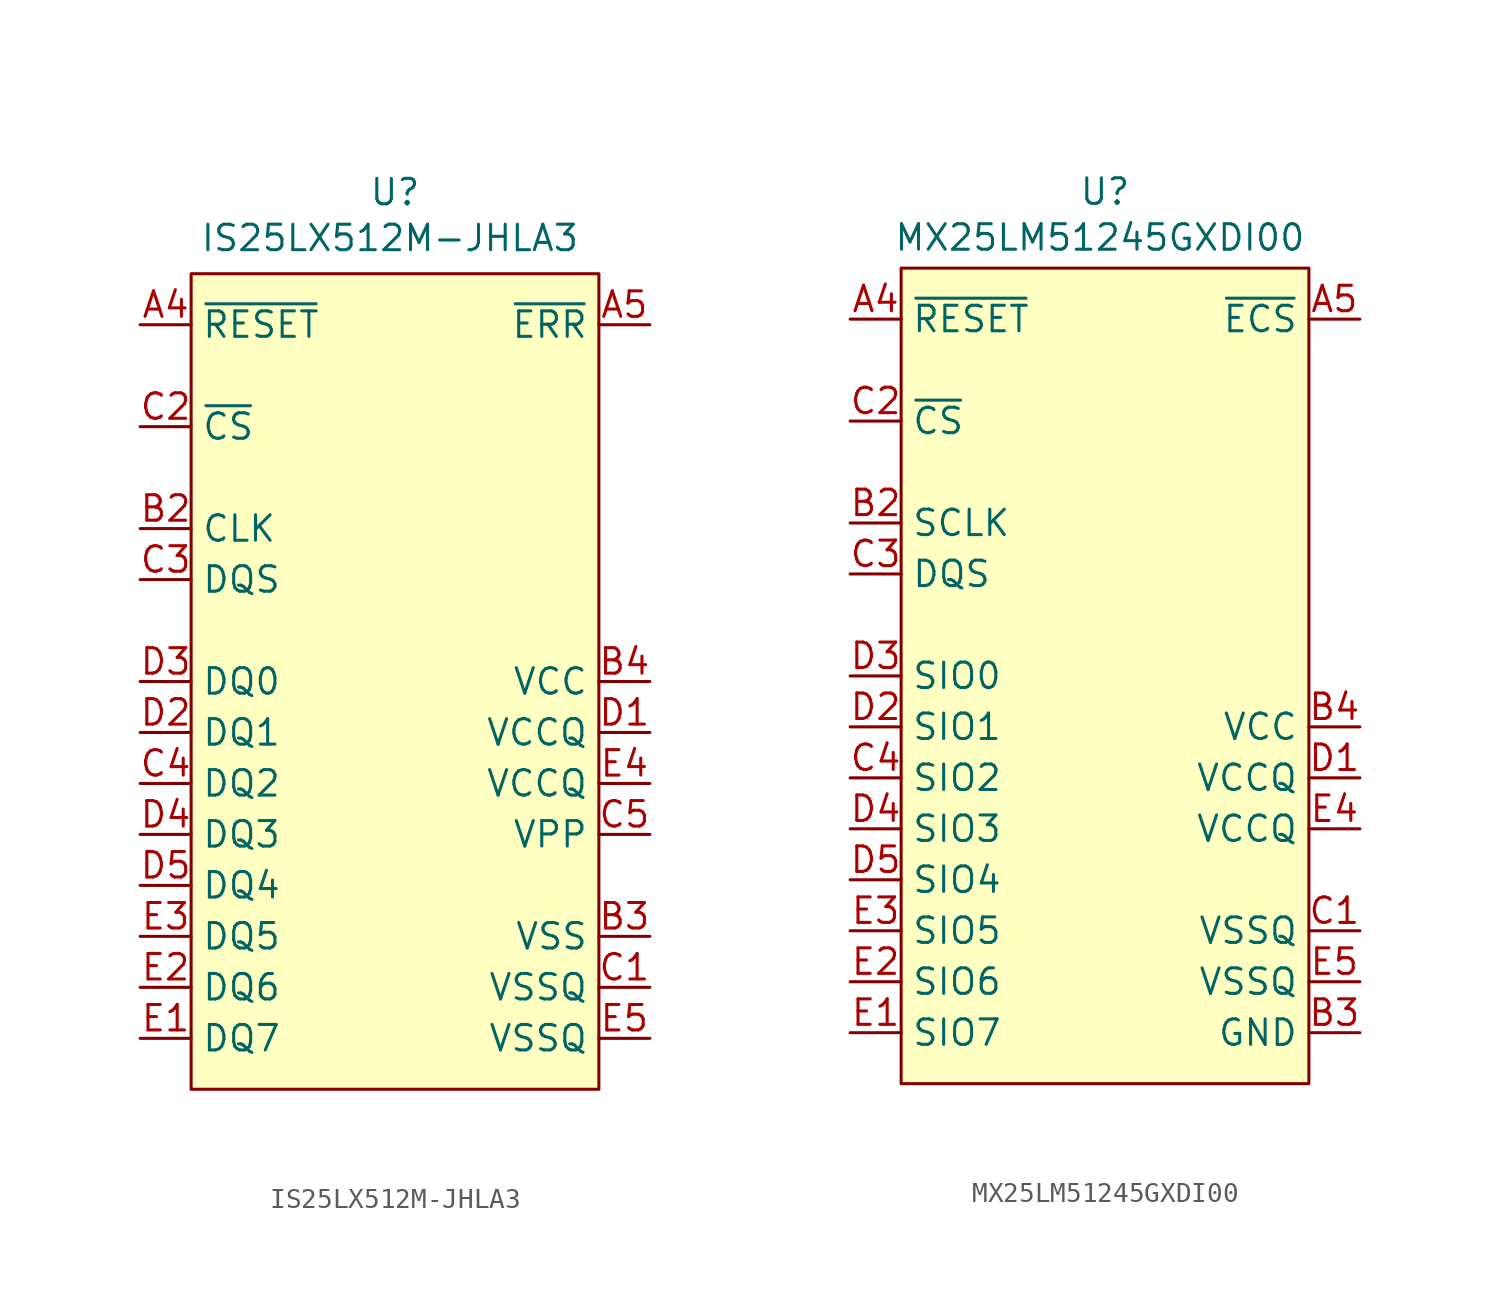
<source format=kicad_sym>
(kicad_symbol_lib
  (version 20231120)
  (generator "kicad_symbol_editor")
  (generator_version "8.0")
  (symbol "IS25LX512M-JHLA3"
    (property "Reference" "U"
      (at 0 24.384 0)
      (effects (font (size 1.27 1.27))))
    (property "Value" "IS25LX512M-JHLA3"
      (at -0.254 22.098 0)
      (effects (font (size 1.27 1.27))))
    (symbol "IS25LX512M-JHLA3_1_1"
      (rectangle (start -10.16 20.32) (end 10.16 -20.32) (stroke (width 0) (type default)) (fill (type background)))
      (pin no_connect line (at 12.7 7.62 180) (length 2.54) hide (name "RFU" (effects (font (size 1.27 1.27)))) (number "A2" (effects (font (size 1.27 1.27)))))
      (pin no_connect line (at 12.7 5.08 180) (length 2.54) hide (name "RFU" (effects (font (size 1.27 1.27)))) (number "A3" (effects (font (size 1.27 1.27)))))
      (pin input line (at -12.7 17.78 0) (length 2.54) (name "~{RESET}" (effects (font (size 1.27 1.27)))) (number "A4" (effects (font (size 1.27 1.27)))))
      (pin output line (at 12.7 17.78 180) (length 2.54) (name "~{ERR}" (effects (font (size 1.27 1.27)))) (number "A5" (effects (font (size 1.27 1.27)))))
      (pin no_connect line (at 12.7 2.54 180) (length 2.54) hide (name "RFU" (effects (font (size 1.27 1.27)))) (number "B1" (effects (font (size 1.27 1.27)))))
      (pin input line (at -12.7 7.62 0) (length 2.54) (name "CLK" (effects (font (size 1.27 1.27)))) (number "B2" (effects (font (size 1.27 1.27)))))
      (pin power_in line (at 12.7 -12.7 180) (length 2.54) (name "VSS" (effects (font (size 1.27 1.27)))) (number "B3" (effects (font (size 1.27 1.27)))))
      (pin power_in line (at 12.7 0 180) (length 2.54) (name "VCC" (effects (font (size 1.27 1.27)))) (number "B4" (effects (font (size 1.27 1.27)))))
      (pin power_in line (at 12.7 -15.24 180) (length 2.54) (name "VSSQ" (effects (font (size 1.27 1.27)))) (number "C1" (effects (font (size 1.27 1.27)))))
      (pin input line (at -12.7 12.7 0) (length 2.54) (name "~{CS}" (effects (font (size 1.27 1.27)))) (number "C2" (effects (font (size 1.27 1.27)))))
      (pin output line (at -12.7 5.08 0) (length 2.54) (name "DQS" (effects (font (size 1.27 1.27)))) (number "C3" (effects (font (size 1.27 1.27)))))
      (pin bidirectional line (at -12.7 -5.08 0) (length 2.54) (name "DQ2" (effects (font (size 1.27 1.27)))) (number "C4" (effects (font (size 1.27 1.27)))))
      (pin power_in line (at 12.7 -7.62 180) (length 2.54) (name "VPP" (effects (font (size 1.27 1.27)))) (number "C5" (effects (font (size 1.27 1.27)))))
      (pin power_in line (at 12.7 -2.54 180) (length 2.54) (name "VCCQ" (effects (font (size 1.27 1.27)))) (number "D1" (effects (font (size 1.27 1.27)))))
      (pin bidirectional line (at -12.7 -2.54 0) (length 2.54) (name "DQ1" (effects (font (size 1.27 1.27)))) (number "D2" (effects (font (size 1.27 1.27)))))
      (pin bidirectional line (at -12.7 0 0) (length 2.54) (name "DQ0" (effects (font (size 1.27 1.27)))) (number "D3" (effects (font (size 1.27 1.27)))))
      (pin bidirectional line (at -12.7 -7.62 0) (length 2.54) (name "DQ3" (effects (font (size 1.27 1.27)))) (number "D4" (effects (font (size 1.27 1.27)))))
      (pin bidirectional line (at -12.7 -10.16 0) (length 2.54) (name "DQ4" (effects (font (size 1.27 1.27)))) (number "D5" (effects (font (size 1.27 1.27)))))
      (pin bidirectional line (at -12.7 -17.78 0) (length 2.54) (name "DQ7" (effects (font (size 1.27 1.27)))) (number "E1" (effects (font (size 1.27 1.27)))))
      (pin bidirectional line (at -12.7 -15.24 0) (length 2.54) (name "DQ6" (effects (font (size 1.27 1.27)))) (number "E2" (effects (font (size 1.27 1.27)))))
      (pin bidirectional line (at -12.7 -12.7 0) (length 2.54) (name "DQ5" (effects (font (size 1.27 1.27)))) (number "E3" (effects (font (size 1.27 1.27)))))
      (pin power_in line (at 12.7 -5.08 180) (length 2.54) (name "VCCQ" (effects (font (size 1.27 1.27)))) (number "E4" (effects (font (size 1.27 1.27)))))
      (pin power_in line (at 12.7 -17.78 180) (length 2.54) (name "VSSQ" (effects (font (size 1.27 1.27)))) (number "E5" (effects (font (size 1.27 1.27)))))))
  (symbol "MX25LM51245GXDI00"
    (property "Reference" "U"
      (at 0 24.13 0)
      (effects (font (size 1.27 1.27))))
    (property "Value" "MX25LM51245GXDI00"
      (at -0.254 21.844 0)
      (effects (font (size 1.27 1.27))))
    (symbol "MX25LM51245GXDI00_1_1"
      (rectangle (start -10.16 20.32) (end 10.16 -20.32) (stroke (width 0) (type default)) (fill (type background)))
      (pin no_connect line (at 12.7 10.16 180) (length 2.54) hide (name "NC" (effects (font (size 1.27 1.27)))) (number "A2" (effects (font (size 1.27 1.27)))))
      (pin no_connect line (at 12.7 7.62 180) (length 2.54) hide (name "NC" (effects (font (size 1.27 1.27)))) (number "A3" (effects (font (size 1.27 1.27)))))
      (pin input line (at -12.7 17.78 0) (length 2.54) (name "~{RESET}" (effects (font (size 1.27 1.27)))) (number "A4" (effects (font (size 1.27 1.27)))))
      (pin output line (at 12.7 17.78 180) (length 2.54) (name "~{ECS}" (effects (font (size 1.27 1.27)))) (number "A5" (effects (font (size 1.27 1.27)))))
      (pin no_connect line (at 12.7 2.54 180) (length 2.54) hide (name "DNU" (effects (font (size 1.27 1.27)))) (number "B1" (effects (font (size 1.27 1.27)))))
      (pin input line (at -12.7 7.62 0) (length 2.54) (name "SCLK" (effects (font (size 1.27 1.27)))) (number "B2" (effects (font (size 1.27 1.27)))))
      (pin power_in line (at 12.7 -17.78 180) (length 2.54) (name "GND" (effects (font (size 1.27 1.27)))) (number "B3" (effects (font (size 1.27 1.27)))))
      (pin power_in line (at 12.7 -2.54 180) (length 2.54) (name "VCC" (effects (font (size 1.27 1.27)))) (number "B4" (effects (font (size 1.27 1.27)))))
      (pin no_connect line (at 12.7 0 180) (length 2.54) hide (name "DNU" (effects (font (size 1.27 1.27)))) (number "B5" (effects (font (size 1.27 1.27)))))
      (pin power_in line (at 12.7 -12.7 180) (length 2.54) (name "VSSQ" (effects (font (size 1.27 1.27)))) (number "C1" (effects (font (size 1.27 1.27)))))
      (pin input line (at -12.7 12.7 0) (length 2.54) (name "~{CS}" (effects (font (size 1.27 1.27)))) (number "C2" (effects (font (size 1.27 1.27)))))
      (pin output line (at -12.7 5.08 0) (length 2.54) (name "DQS" (effects (font (size 1.27 1.27)))) (number "C3" (effects (font (size 1.27 1.27)))))
      (pin bidirectional line (at -12.7 -5.08 0) (length 2.54) (name "SIO2" (effects (font (size 1.27 1.27)))) (number "C4" (effects (font (size 1.27 1.27)))))
      (pin no_connect line (at 12.7 5.08 180) (length 2.54) hide (name "NC" (effects (font (size 1.27 1.27)))) (number "C5" (effects (font (size 1.27 1.27)))))
      (pin power_in line (at 12.7 -5.08 180) (length 2.54) (name "VCCQ" (effects (font (size 1.27 1.27)))) (number "D1" (effects (font (size 1.27 1.27)))))
      (pin bidirectional line (at -12.7 -2.54 0) (length 2.54) (name "SIO1" (effects (font (size 1.27 1.27)))) (number "D2" (effects (font (size 1.27 1.27)))))
      (pin bidirectional line (at -12.7 0 0) (length 2.54) (name "SIO0" (effects (font (size 1.27 1.27)))) (number "D3" (effects (font (size 1.27 1.27)))))
      (pin bidirectional line (at -12.7 -7.62 0) (length 2.54) (name "SIO3" (effects (font (size 1.27 1.27)))) (number "D4" (effects (font (size 1.27 1.27)))))
      (pin bidirectional line (at -12.7 -10.16 0) (length 2.54) (name "SIO4" (effects (font (size 1.27 1.27)))) (number "D5" (effects (font (size 1.27 1.27)))))
      (pin bidirectional line (at -12.7 -17.78 0) (length 2.54) (name "SIO7" (effects (font (size 1.27 1.27)))) (number "E1" (effects (font (size 1.27 1.27)))))
      (pin bidirectional line (at -12.7 -15.24 0) (length 2.54) (name "SIO6" (effects (font (size 1.27 1.27)))) (number "E2" (effects (font (size 1.27 1.27)))))
      (pin bidirectional line (at -12.7 -12.7 0) (length 2.54) (name "SIO5" (effects (font (size 1.27 1.27)))) (number "E3" (effects (font (size 1.27 1.27)))))
      (pin power_in line (at 12.7 -7.62 180) (length 2.54) (name "VCCQ" (effects (font (size 1.27 1.27)))) (number "E4" (effects (font (size 1.27 1.27)))))
      (pin power_in line (at 12.7 -15.24 180) (length 2.54) (name "VSSQ" (effects (font (size 1.27 1.27)))) (number "E5" (effects (font (size 1.27 1.27))))))))
</source>
